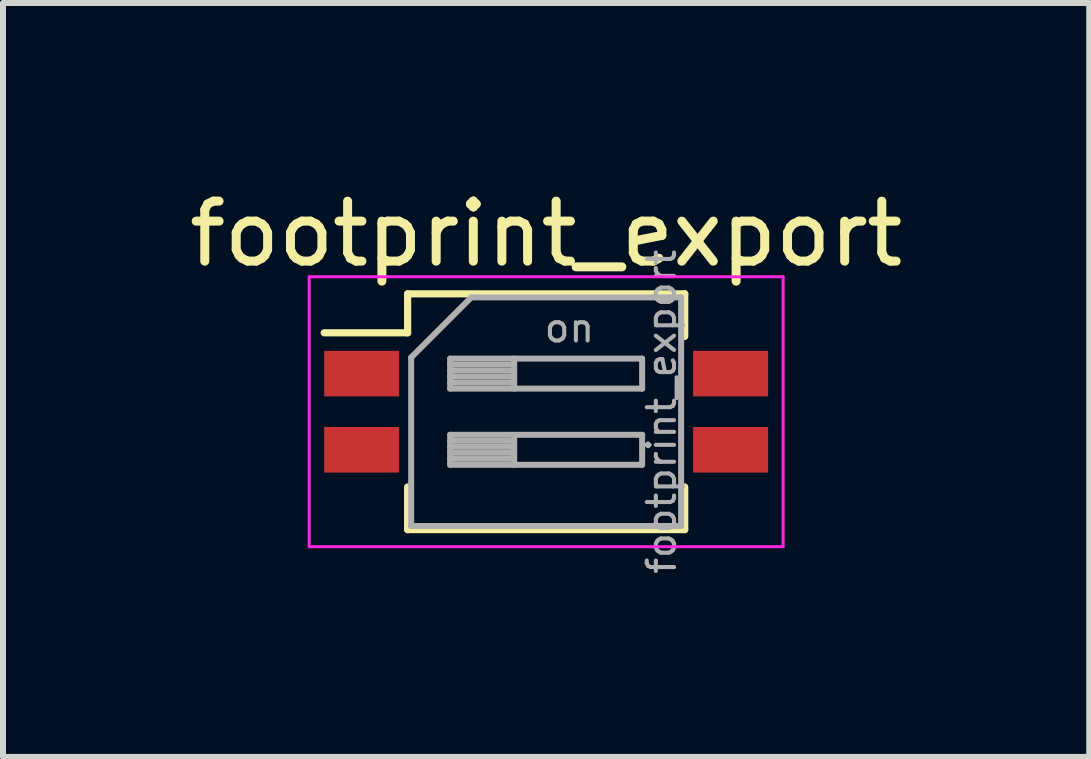
<source format=kicad_pcb>
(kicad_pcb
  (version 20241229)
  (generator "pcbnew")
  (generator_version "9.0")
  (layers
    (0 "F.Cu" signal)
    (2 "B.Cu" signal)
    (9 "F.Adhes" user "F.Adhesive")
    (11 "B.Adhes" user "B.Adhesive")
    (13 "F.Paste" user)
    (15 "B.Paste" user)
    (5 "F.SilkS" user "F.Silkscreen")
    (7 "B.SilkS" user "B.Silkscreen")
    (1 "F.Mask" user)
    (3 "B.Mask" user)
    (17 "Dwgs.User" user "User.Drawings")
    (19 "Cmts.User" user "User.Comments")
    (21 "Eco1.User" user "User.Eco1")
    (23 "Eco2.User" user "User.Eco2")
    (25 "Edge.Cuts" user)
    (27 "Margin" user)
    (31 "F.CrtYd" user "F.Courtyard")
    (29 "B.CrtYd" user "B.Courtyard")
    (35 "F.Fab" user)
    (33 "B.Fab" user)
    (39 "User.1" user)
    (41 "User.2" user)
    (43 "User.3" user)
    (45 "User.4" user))
  (footprint "footprint_export"
    (layer "F.Cu")
    (at 6.054 3.813)
    (property "Reference" "footprint_export" (at 0 -2.965 0) (layer "F.SilkS") (effects (font (size 1 1) (thickness 0.15))))
    (attr smd)
    (fp_line (start -3.7 -1.315) (end -2.309 -1.315) (stroke (width 0.12) (type solid)) (layer "F.SilkS"))
    (fp_line (start -2.309 -1.965) (end -2.309 -1.315) (stroke (width 0.12) (type solid)) (layer "F.SilkS"))
    (fp_line (start -2.309 -1.965) (end 2.31 -1.965) (stroke (width 0.12) (type solid)) (layer "F.SilkS"))
    (fp_line (start -2.309 1.255) (end -2.309 1.965) (stroke (width 0.12) (type solid)) (layer "F.SilkS"))
    (fp_line (start -2.309 1.965) (end 2.31 1.965) (stroke (width 0.12) (type solid)) (layer "F.SilkS"))
    (fp_line (start 2.31 -1.965) (end 2.31 -1.255) (stroke (width 0.12) (type solid)) (layer "F.SilkS"))
    (fp_line (start 2.31 1.255) (end 2.31 1.965) (stroke (width 0.12) (type solid)) (layer "F.SilkS"))
    (fp_line (start -3.95 -2.25) (end -3.95 2.25) (stroke (width 0.05) (type solid)) (layer "F.CrtYd"))
    (fp_line (start -3.95 2.25) (end 3.95 2.25) (stroke (width 0.05) (type solid)) (layer "F.CrtYd"))
    (fp_line (start 3.95 -2.25) (end -3.95 -2.25) (stroke (width 0.05) (type solid)) (layer "F.CrtYd"))
    (fp_line (start 3.95 2.25) (end 3.95 -2.25) (stroke (width 0.05) (type solid)) (layer "F.CrtYd"))
    (fp_line (start -2.25 -0.905) (end -1.25 -1.905) (stroke (width 0.1) (type solid)) (layer "F.Fab"))
    (fp_line (start -2.25 1.905) (end -2.25 -0.905) (stroke (width 0.1) (type solid)) (layer "F.Fab"))
    (fp_line (start -1.6 -0.885) (end -1.6 -0.385) (stroke (width 0.1) (type solid)) (layer "F.Fab"))
    (fp_line (start -1.6 -0.785) (end -0.533 -0.785) (stroke (width 0.1) (type solid)) (layer "F.Fab"))
    (fp_line (start -1.6 -0.685) (end -0.533 -0.685) (stroke (width 0.1) (type solid)) (layer "F.Fab"))
    (fp_line (start -1.6 -0.585) (end -0.533 -0.585) (stroke (width 0.1) (type solid)) (layer "F.Fab"))
    (fp_line (start -1.6 -0.485) (end -0.533 -0.485) (stroke (width 0.1) (type solid)) (layer "F.Fab"))
    (fp_line (start -1.6 -0.385) (end 1.6 -0.385) (stroke (width 0.1) (type solid)) (layer "F.Fab"))
    (fp_line (start -1.6 0.385) (end -1.6 0.885) (stroke (width 0.1) (type solid)) (layer "F.Fab"))
    (fp_line (start -1.6 0.485) (end -0.533 0.485) (stroke (width 0.1) (type solid)) (layer "F.Fab"))
    (fp_line (start -1.6 0.585) (end -0.533 0.585) (stroke (width 0.1) (type solid)) (layer "F.Fab"))
    (fp_line (start -1.6 0.685) (end -0.533 0.685) (stroke (width 0.1) (type solid)) (layer "F.Fab"))
    (fp_line (start -1.6 0.785) (end -0.533 0.785) (stroke (width 0.1) (type solid)) (layer "F.Fab"))
    (fp_line (start -1.6 0.885) (end 1.6 0.885) (stroke (width 0.1) (type solid)) (layer "F.Fab"))
    (fp_line (start -1.25 -1.905) (end 2.25 -1.905) (stroke (width 0.1) (type solid)) (layer "F.Fab"))
    (fp_line (start -0.533 -0.885) (end -0.533 -0.385) (stroke (width 0.1) (type solid)) (layer "F.Fab"))
    (fp_line (start -0.533 0.385) (end -0.533 0.885) (stroke (width 0.1) (type solid)) (layer "F.Fab"))
    (fp_line (start 1.6 -0.885) (end -1.6 -0.885) (stroke (width 0.1) (type solid)) (layer "F.Fab"))
    (fp_line (start 1.6 -0.385) (end 1.6 -0.885) (stroke (width 0.1) (type solid)) (layer "F.Fab"))
    (fp_line (start 1.6 0.385) (end -1.6 0.385) (stroke (width 0.1) (type solid)) (layer "F.Fab"))
    (fp_line (start 1.6 0.885) (end 1.6 0.385) (stroke (width 0.1) (type solid)) (layer "F.Fab"))
    (fp_line (start 2.25 -1.905) (end 2.25 1.905) (stroke (width 0.1) (type solid)) (layer "F.Fab"))
    (fp_line (start 2.25 1.905) (end -2.25 1.905) (stroke (width 0.1) (type solid)) (layer "F.Fab"))
    (fp_text user "on" (at 0.388 -1.395 0) (layer "F.Fab") (effects (font (size 0.455 0.455) (thickness 0.068))))
    (fp_text user "${REFERENCE}" (at 1.925 0 90) (layer "F.Fab") (effects (font (size 0.455 0.455) (thickness 0.068))))
    (pad "1" smd rect (at -3.075 -0.635) (size 1.25 0.76) (layers "F.Cu" "F.Mask" "F.Paste"))
    (pad "2" smd rect (at -3.075 0.635) (size 1.25 0.76) (layers "F.Cu" "F.Mask" "F.Paste"))
    (pad "3" smd rect (at 3.075 0.635) (size 1.25 0.76) (layers "F.Cu" "F.Mask" "F.Paste"))
    (pad "4" smd rect (at 3.075 -0.635) (size 1.25 0.76) (layers "F.Cu" "F.Mask" "F.Paste")))
  (gr_rect
    (start -3 -3)
    (end 15.107 9.568)
    (stroke (width 0.1) (type default))
    (fill no)
    (layer "Edge.Cuts")))
</source>
